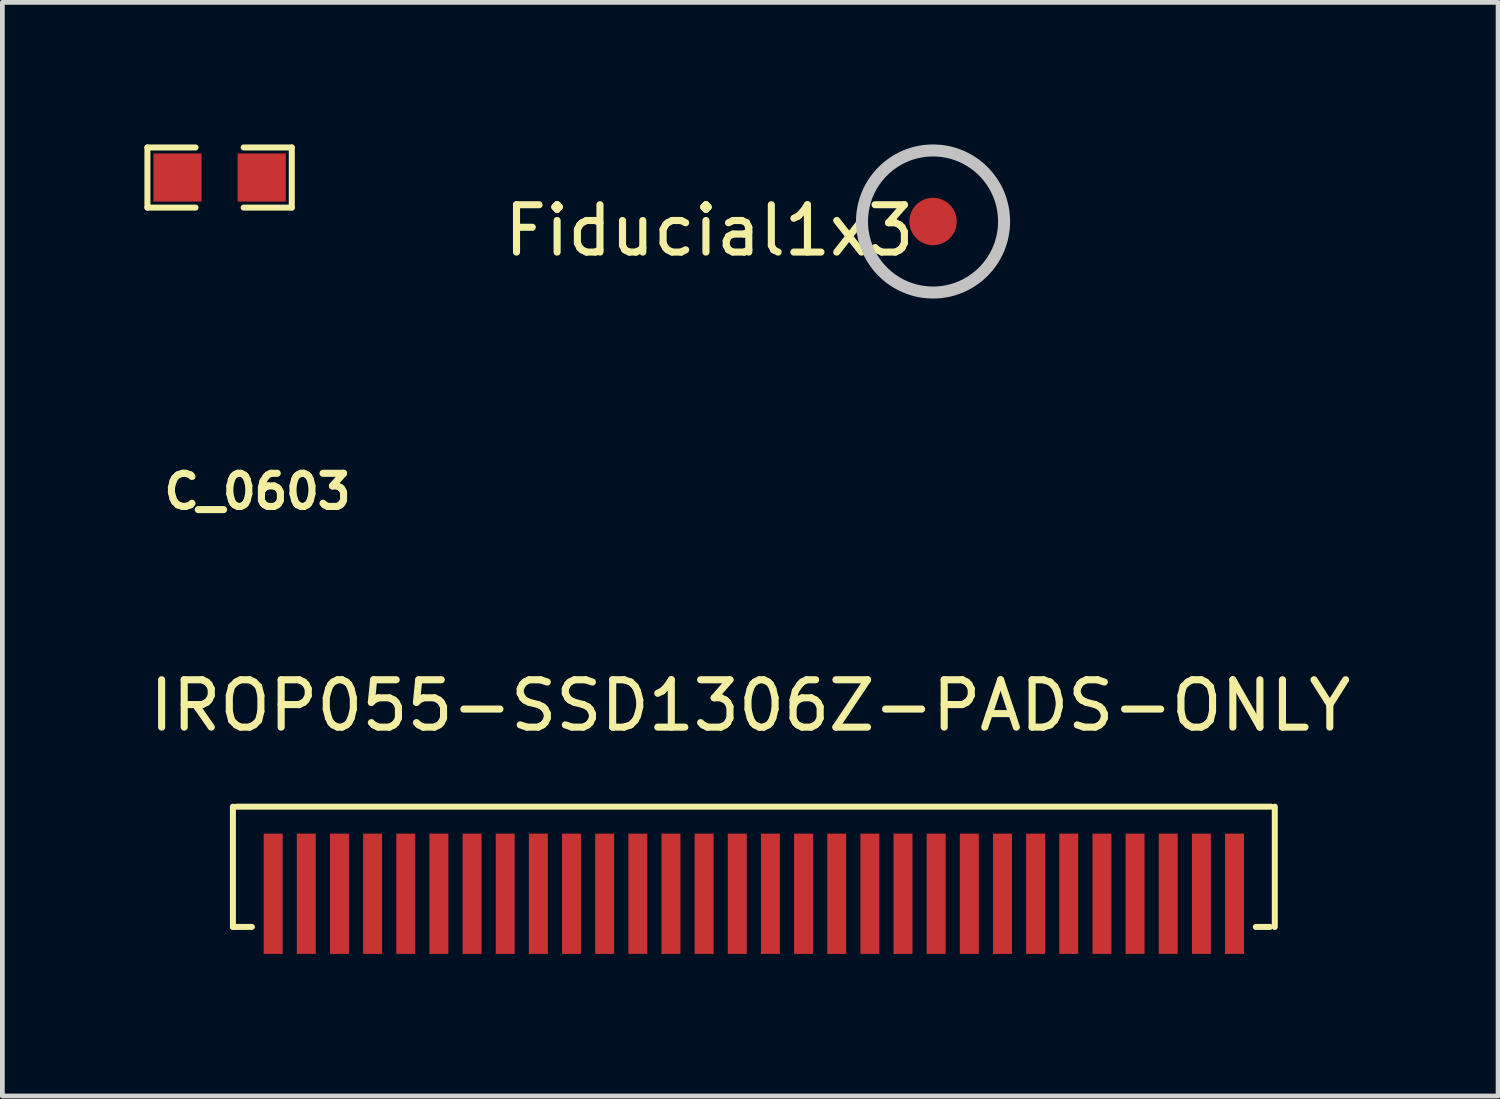
<source format=kicad_pcb>
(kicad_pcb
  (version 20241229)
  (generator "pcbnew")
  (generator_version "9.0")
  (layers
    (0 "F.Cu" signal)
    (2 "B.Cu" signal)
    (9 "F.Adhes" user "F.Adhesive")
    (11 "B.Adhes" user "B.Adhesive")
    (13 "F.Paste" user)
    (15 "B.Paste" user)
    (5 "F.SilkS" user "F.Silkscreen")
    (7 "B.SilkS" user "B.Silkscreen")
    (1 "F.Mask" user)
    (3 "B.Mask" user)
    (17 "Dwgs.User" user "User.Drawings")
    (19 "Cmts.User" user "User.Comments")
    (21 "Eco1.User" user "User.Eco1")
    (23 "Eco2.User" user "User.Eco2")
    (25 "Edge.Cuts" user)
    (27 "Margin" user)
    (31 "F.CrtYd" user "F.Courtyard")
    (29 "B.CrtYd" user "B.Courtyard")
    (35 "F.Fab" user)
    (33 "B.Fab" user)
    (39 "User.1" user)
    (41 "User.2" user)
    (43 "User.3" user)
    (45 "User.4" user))
  (footprint "IROP055-SSD1306Z-PADS-ONLY"
    (layer "F.Cu")
    (at 12.868 16.523)
    (property "Reference" "IROP055-SSD1306Z-PADS-ONLY" (at -0.076 -4.674 0) (layer "F.SilkS") (effects (font (size 1 1) (thickness 0.15))))
    (attr through_hole)
    (fp_line (start -11 0) (end -11 -2.54) (stroke (width 0.127) (type solid)) (layer "F.SilkS"))
    (fp_line (start -11 0) (end -10.6 0) (stroke (width 0.127) (type solid)) (layer "F.SilkS"))
    (fp_line (start -10.922 -2.54) (end 10.922 -2.54) (stroke (width 0.127) (type solid)) (layer "F.SilkS"))
    (fp_line (start 10.9 0) (end 10.6 0) (stroke (width 0.127) (type solid)) (layer "F.SilkS"))
    (fp_line (start 11 -2.54) (end 11 0) (stroke (width 0.127) (type solid)) (layer "F.SilkS"))
    (pad "1" smd rect (at -10.15 -0.7) (size 0.4 2.54) (layers "F.Cu" "F.Mask" "F.Paste"))
    (pad "2" smd rect (at -9.45 -0.7) (size 0.4 2.54) (layers "F.Cu" "F.Mask" "F.Paste"))
    (pad "3" smd rect (at -8.75 -0.7) (size 0.4 2.54) (layers "F.Cu" "F.Mask" "F.Paste"))
    (pad "4" smd rect (at -8.05 -0.7) (size 0.4 2.54) (layers "F.Cu" "F.Mask" "F.Paste"))
    (pad "5" smd rect (at -7.35 -0.7) (size 0.4 2.54) (layers "F.Cu" "F.Mask" "F.Paste"))
    (pad "6" smd rect (at -6.65 -0.7) (size 0.4 2.54) (layers "F.Cu" "F.Mask" "F.Paste"))
    (pad "7" smd rect (at -5.95 -0.7) (size 0.4 2.54) (layers "F.Cu" "F.Mask" "F.Paste"))
    (pad "8" smd rect (at -5.25 -0.7) (size 0.4 2.54) (layers "F.Cu" "F.Mask" "F.Paste"))
    (pad "9" smd rect (at -4.55 -0.7) (size 0.4 2.54) (layers "F.Cu" "F.Mask" "F.Paste"))
    (pad "10" smd rect (at -3.85 -0.7) (size 0.4 2.54) (layers "F.Cu" "F.Mask" "F.Paste"))
    (pad "11" smd rect (at -3.15 -0.7) (size 0.4 2.54) (layers "F.Cu" "F.Mask" "F.Paste"))
    (pad "12" smd rect (at -2.45 -0.7) (size 0.4 2.54) (layers "F.Cu" "F.Mask" "F.Paste"))
    (pad "13" smd rect (at -1.75 -0.7) (size 0.4 2.54) (layers "F.Cu" "F.Mask" "F.Paste"))
    (pad "14" smd rect (at -1.05 -0.7) (size 0.4 2.54) (layers "F.Cu" "F.Mask" "F.Paste"))
    (pad "15" smd rect (at -0.35 -0.7) (size 0.4 2.54) (layers "F.Cu" "F.Mask" "F.Paste"))
    (pad "16" smd rect (at 0.35 -0.7) (size 0.4 2.54) (layers "F.Cu" "F.Mask" "F.Paste"))
    (pad "17" smd rect (at 1.05 -0.7) (size 0.4 2.54) (layers "F.Cu" "F.Mask" "F.Paste"))
    (pad "18" smd rect (at 1.75 -0.7) (size 0.4 2.54) (layers "F.Cu" "F.Mask" "F.Paste"))
    (pad "19" smd rect (at 2.45 -0.7) (size 0.4 2.54) (layers "F.Cu" "F.Mask" "F.Paste"))
    (pad "20" smd rect (at 3.15 -0.7) (size 0.4 2.54) (layers "F.Cu" "F.Mask" "F.Paste"))
    (pad "21" smd rect (at 3.85 -0.7) (size 0.4 2.54) (layers "F.Cu" "F.Mask" "F.Paste"))
    (pad "22" smd rect (at 4.55 -0.7) (size 0.4 2.54) (layers "F.Cu" "F.Mask" "F.Paste"))
    (pad "23" smd rect (at 5.25 -0.7) (size 0.4 2.54) (layers "F.Cu" "F.Mask" "F.Paste"))
    (pad "24" smd rect (at 5.95 -0.7) (size 0.4 2.54) (layers "F.Cu" "F.Mask" "F.Paste"))
    (pad "25" smd rect (at 6.65 -0.7) (size 0.4 2.54) (layers "F.Cu" "F.Mask" "F.Paste"))
    (pad "26" smd rect (at 7.35 -0.7) (size 0.4 2.54) (layers "F.Cu" "F.Mask" "F.Paste"))
    (pad "27" smd rect (at 8.05 -0.7) (size 0.4 2.54) (layers "F.Cu" "F.Mask" "F.Paste"))
    (pad "28" smd rect (at 8.75 -0.7) (size 0.4 2.54) (layers "F.Cu" "F.Mask" "F.Paste"))
    (pad "29" smd rect (at 9.45 -0.7) (size 0.4 2.54) (layers "F.Cu" "F.Mask" "F.Paste"))
    (pad "30" smd rect (at 10.15 -0.7) (size 0.4 2.54) (layers "F.Cu" "F.Mask" "F.Paste")))
  (footprint "Fiducial1x3"
    (layer "F.Cu")
    (at 16.652 1.627)
    (property "Reference" "Fiducial1x3" (at -4.724 0.191 0) (layer "F.SilkS") (effects (font (size 1 1) (thickness 0.15))))
    (attr through_hole)
    (fp_circle (center 0 0) (end 1.5 0) (stroke (width 0.254) (type solid)) (fill no) (layer "Dwgs.User"))
    (pad "Fid1" smd circle (at 0 0) (size 1 1) (layers "F.Cu" "F.Mask")))
  (footprint "C_0603"
    (layer "F.Cu")
    (at 1.587 0.699)
    (property "Reference" "C_0603" (at 0.8 6.629 0) (layer "F.SilkS") (effects (font (size 0.7 0.7) (thickness 0.15))))
    (attr smd)
    (fp_line (start -1.524 -0.635) (end -1.524 0.635) (stroke (width 0.127) (type solid)) (layer "F.SilkS"))
    (fp_line (start -1.524 -0.635) (end -0.508 -0.635) (stroke (width 0.127) (type solid)) (layer "F.SilkS"))
    (fp_line (start -1.524 0.635) (end -0.508 0.635) (stroke (width 0.127) (type solid)) (layer "F.SilkS"))
    (fp_line (start 0.508 -0.635) (end 1.524 -0.635) (stroke (width 0.127) (type solid)) (layer "F.SilkS"))
    (fp_line (start 1.524 -0.635) (end 1.524 0.635) (stroke (width 0.127) (type solid)) (layer "F.SilkS"))
    (fp_line (start 1.524 0.635) (end 0.508 0.635) (stroke (width 0.127) (type solid)) (layer "F.SilkS"))
    (pad "1" smd rect (at -0.889 0) (size 1.016 1.016) (layers "F.Cu" "F.Mask" "F.Paste"))
    (pad "2" smd rect (at 0.889 0) (size 1.016 1.016) (layers "F.Cu" "F.Mask" "F.Paste")))
  (gr_rect
    (start -3 -3)
    (end 28.583 20.093)
    (stroke (width 0.1) (type default))
    (fill no)
    (layer "Edge.Cuts")))
</source>
